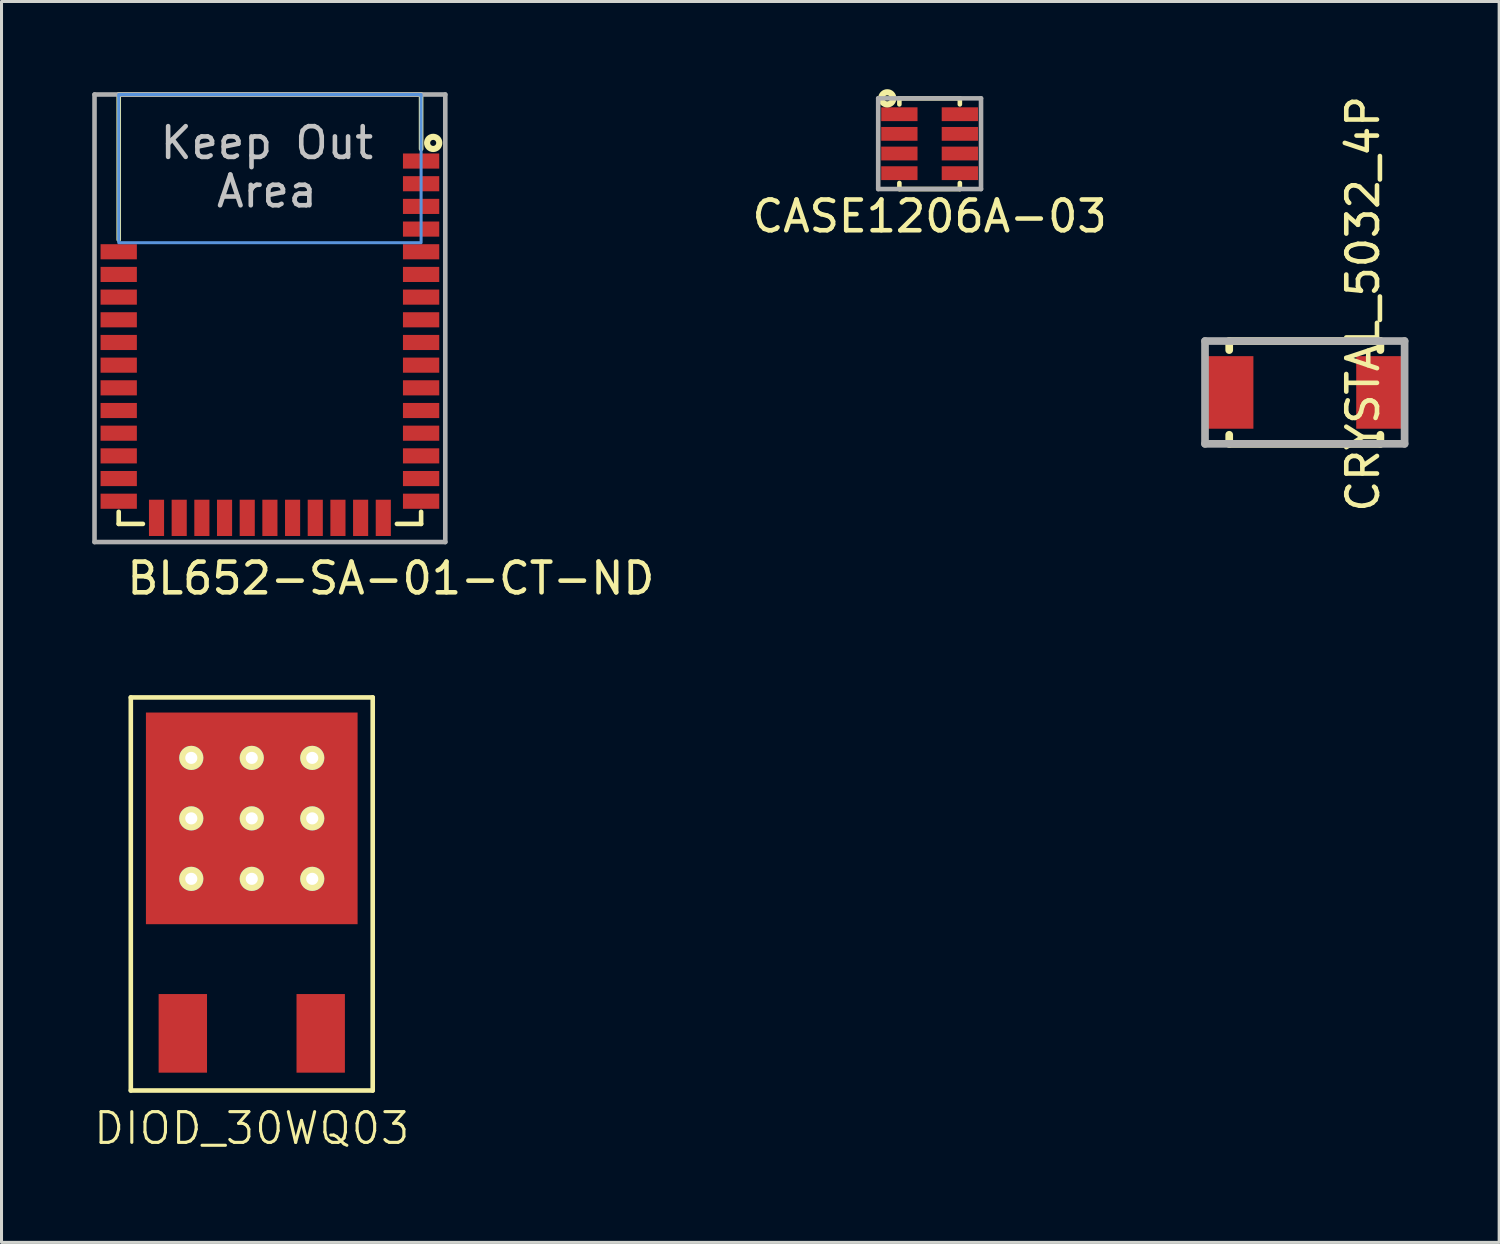
<source format=kicad_pcb>
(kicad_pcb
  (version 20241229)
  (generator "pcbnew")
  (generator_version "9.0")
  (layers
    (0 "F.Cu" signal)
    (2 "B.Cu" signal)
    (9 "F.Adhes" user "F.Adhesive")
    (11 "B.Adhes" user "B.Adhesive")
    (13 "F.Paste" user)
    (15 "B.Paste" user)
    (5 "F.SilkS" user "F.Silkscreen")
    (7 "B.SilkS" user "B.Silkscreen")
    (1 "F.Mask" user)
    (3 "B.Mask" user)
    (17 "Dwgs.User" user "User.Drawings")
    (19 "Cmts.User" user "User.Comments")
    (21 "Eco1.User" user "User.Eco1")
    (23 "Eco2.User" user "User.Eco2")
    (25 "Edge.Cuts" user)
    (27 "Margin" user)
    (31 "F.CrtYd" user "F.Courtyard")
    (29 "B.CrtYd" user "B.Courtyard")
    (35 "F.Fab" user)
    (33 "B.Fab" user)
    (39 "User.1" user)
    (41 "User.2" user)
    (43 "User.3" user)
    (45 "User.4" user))
  (footprint "BL652-SA-01-CT-ND"
    (layer "F.Cu")
    (at 10.876 2.276)
    (property "Reference" "BL652-SA-01-CT-ND" (at -1 13.8 0) (layer "F.SilkS") (effects (font (size 1.016 1.016) (thickness 0.152))))
    (attr through_hole)
    (fp_line (start -10 -2.2) (end 0 -2.2) (stroke (width 0.152) (type solid)) (layer "F.SilkS"))
    (fp_line (start -10 2.6) (end -10 -2.2) (stroke (width 0.152) (type solid)) (layer "F.SilkS"))
    (fp_line (start -10 11.6) (end -10 12) (stroke (width 0.152) (type solid)) (layer "F.SilkS"))
    (fp_line (start -10 12) (end -9.2 12) (stroke (width 0.152) (type solid)) (layer "F.SilkS"))
    (fp_line (start 0 -2.2) (end 0 -0.4) (stroke (width 0.152) (type solid)) (layer "F.SilkS"))
    (fp_line (start 0 11.6) (end 0 12) (stroke (width 0.152) (type solid)) (layer "F.SilkS"))
    (fp_line (start 0 12) (end -0.8 12) (stroke (width 0.152) (type solid)) (layer "F.SilkS"))
    (fp_circle (center 0.4 -0.6) (end 0.5 -0.6) (stroke (width 0.203) (type solid)) (fill no) (layer "F.SilkS"))
    (fp_poly (pts (xy 0 -2.2) (xy -10 -2.2) (xy -10 2.7) (xy 0 2.7)) (stroke (width 0.1) (type solid)) (fill no) (layer "Cmts.User"))
    (fp_line (start -10.8 -2.2) (end -10.8 12.6) (stroke (width 0.152) (type solid)) (layer "F.Fab"))
    (fp_line (start -10.8 12.6) (end 0.8 12.6) (stroke (width 0.152) (type solid)) (layer "F.Fab"))
    (fp_line (start 0.8 -2.2) (end -10.8 -2.2) (stroke (width 0.152) (type solid)) (layer "F.Fab"))
    (fp_line (start 0.8 12.6) (end 0.8 -2.2) (stroke (width 0.152) (type solid)) (layer "F.Fab"))
    (fp_text user "Keep Out" (at -5.1 -0.6 0) (layer "Dwgs.User") (effects (font (size 1.016 1.016) (thickness 0.152))))
    (fp_text user "Area" (at -5.1 1 0) (layer "Dwgs.User") (effects (font (size 1.016 1.016) (thickness 0.152))))
    (pad "1" smd rect (at 0 0) (size 1.2 0.5) (layers "F.Cu" "F.Mask" "F.Paste"))
    (pad "2" smd rect (at 0 0.75) (size 1.2 0.5) (layers "F.Cu" "F.Mask" "F.Paste"))
    (pad "3" smd rect (at 0 1.5) (size 1.2 0.5) (layers "F.Cu" "F.Mask" "F.Paste"))
    (pad "4" smd rect (at 0 2.25) (size 1.2 0.5) (layers "F.Cu" "F.Mask" "F.Paste"))
    (pad "5" smd rect (at 0 3) (size 1.2 0.5) (layers "F.Cu" "F.Mask" "F.Paste"))
    (pad "6" smd rect (at 0 3.75) (size 1.2 0.5) (layers "F.Cu" "F.Mask" "F.Paste"))
    (pad "7" smd rect (at 0 4.5) (size 1.2 0.5) (layers "F.Cu" "F.Mask" "F.Paste"))
    (pad "8" smd rect (at 0 5.25) (size 1.2 0.5) (layers "F.Cu" "F.Mask" "F.Paste"))
    (pad "9" smd rect (at 0 6) (size 1.2 0.5) (layers "F.Cu" "F.Mask" "F.Paste"))
    (pad "10" smd rect (at 0 6.75) (size 1.2 0.5) (layers "F.Cu" "F.Mask" "F.Paste"))
    (pad "11" smd rect (at 0 7.5) (size 1.2 0.5) (layers "F.Cu" "F.Mask" "F.Paste"))
    (pad "12" smd rect (at 0 8.25) (size 1.2 0.5) (layers "F.Cu" "F.Mask" "F.Paste"))
    (pad "13" smd rect (at 0 9) (size 1.2 0.5) (layers "F.Cu" "F.Mask" "F.Paste"))
    (pad "14" smd rect (at 0 9.75) (size 1.2 0.5) (layers "F.Cu" "F.Mask" "F.Paste"))
    (pad "15" smd rect (at 0 10.5) (size 1.2 0.5) (layers "F.Cu" "F.Mask" "F.Paste"))
    (pad "16" smd rect (at 0 11.25) (size 1.2 0.5) (layers "F.Cu" "F.Mask" "F.Paste"))
    (pad "17" smd rect (at -1.25 11.8 90) (size 1.2 0.5) (layers "F.Cu" "F.Mask" "F.Paste"))
    (pad "18" smd rect (at -2 11.8 90) (size 1.2 0.5) (layers "F.Cu" "F.Mask" "F.Paste"))
    (pad "19" smd rect (at -2.75 11.8 90) (size 1.2 0.5) (layers "F.Cu" "F.Mask" "F.Paste"))
    (pad "20" smd rect (at -3.5 11.8 90) (size 1.2 0.5) (layers "F.Cu" "F.Mask" "F.Paste"))
    (pad "21" smd rect (at -4.25 11.8 90) (size 1.2 0.5) (layers "F.Cu" "F.Mask" "F.Paste"))
    (pad "22" smd rect (at -5 11.8 90) (size 1.2 0.5) (layers "F.Cu" "F.Mask" "F.Paste"))
    (pad "23" smd rect (at -5.75 11.8 90) (size 1.2 0.5) (layers "F.Cu" "F.Mask" "F.Paste"))
    (pad "24" smd rect (at -6.5 11.8 90) (size 1.2 0.5) (layers "F.Cu" "F.Mask" "F.Paste"))
    (pad "25" smd rect (at -7.25 11.8 90) (size 1.2 0.5) (layers "F.Cu" "F.Mask" "F.Paste"))
    (pad "26" smd rect (at -8 11.8 90) (size 1.2 0.5) (layers "F.Cu" "F.Mask" "F.Paste"))
    (pad "27" smd rect (at -8.75 11.8 90) (size 1.2 0.5) (layers "F.Cu" "F.Mask" "F.Paste"))
    (pad "28" smd rect (at -10 11.25) (size 1.2 0.5) (layers "F.Cu" "F.Mask" "F.Paste"))
    (pad "29" smd rect (at -10 10.5) (size 1.2 0.5) (layers "F.Cu" "F.Mask" "F.Paste"))
    (pad "30" smd rect (at -10 9.75) (size 1.2 0.5) (layers "F.Cu" "F.Mask" "F.Paste"))
    (pad "31" smd rect (at -10 9) (size 1.2 0.5) (layers "F.Cu" "F.Mask" "F.Paste"))
    (pad "32" smd rect (at -10 8.25) (size 1.2 0.5) (layers "F.Cu" "F.Mask" "F.Paste"))
    (pad "33" smd rect (at -10 7.5) (size 1.2 0.5) (layers "F.Cu" "F.Mask" "F.Paste"))
    (pad "34" smd rect (at -10 6.75) (size 1.2 0.5) (layers "F.Cu" "F.Mask" "F.Paste"))
    (pad "35" smd rect (at -10 6) (size 1.2 0.5) (layers "F.Cu" "F.Mask" "F.Paste"))
    (pad "36" smd rect (at -10 5.25) (size 1.2 0.5) (layers "F.Cu" "F.Mask" "F.Paste"))
    (pad "37" smd rect (at -10 4.5) (size 1.2 0.5) (layers "F.Cu" "F.Mask" "F.Paste"))
    (pad "38" smd rect (at -10 3.75) (size 1.2 0.5) (layers "F.Cu" "F.Mask" "F.Paste"))
    (pad "39" smd rect (at -10 3) (size 1.2 0.5) (layers "F.Cu" "F.Mask" "F.Paste")))
  (footprint "CRYSTAL_5032_4P"
    (layer "F.Cu")
    (at 40.101 9.928)
    (property "Reference" "CRYSTAL_5032_4P" (at 1.925 -2.931 90) (layer "F.SilkS") (effects (font (size 1.016 1.016) (thickness 0.152))))
    (attr smd)
    (fp_line (start -2.5 -1.7) (end -2.5 -1.4) (stroke (width 0.254) (type solid)) (layer "F.SilkS"))
    (fp_line (start -2.5 1.7) (end -2.5 1.4) (stroke (width 0.254) (type solid)) (layer "F.SilkS"))
    (fp_line (start 2.5 -1.7) (end -2.5 -1.7) (stroke (width 0.254) (type solid)) (layer "F.SilkS"))
    (fp_line (start 2.5 -1.7) (end 2.5 -1.4) (stroke (width 0.254) (type solid)) (layer "F.SilkS"))
    (fp_line (start 2.5 1.7) (end -2.5 1.7) (stroke (width 0.254) (type solid)) (layer "F.SilkS"))
    (fp_line (start 2.5 1.7) (end 2.5 1.4) (stroke (width 0.254) (type solid)) (layer "F.SilkS"))
    (fp_line (start -3.3 -1.7) (end -3.3 1.7) (stroke (width 0.254) (type solid)) (layer "F.Fab"))
    (fp_line (start -3.3 1.7) (end 3.3 1.7) (stroke (width 0.254) (type solid)) (layer "F.Fab"))
    (fp_line (start 3.3 -1.7) (end -3.3 -1.7) (stroke (width 0.254) (type solid)) (layer "F.Fab"))
    (fp_line (start 3.3 1.7) (end 3.3 -1.7) (stroke (width 0.254) (type solid)) (layer "F.Fab"))
    (pad "1" smd rect (at -2.5 0) (size 1.6 2.4) (layers "F.Cu" "F.Mask" "F.Paste"))
    (pad "2" smd rect (at 2.5 0) (size 1.6 2.4) (layers "F.Cu" "F.Mask" "F.Paste")))
  (footprint "DIOD_30WQ03"
    (layer "F.Cu")
    (at 5.276 24.014)
    (property "Reference" "DIOD_30WQ03" (at 0 10.25 0) (layer "F.SilkS") (effects (font (size 1.016 1.016) (thickness 0.102))))
    (attr smd)
    (fp_line (start -4 -4) (end 4 -4) (stroke (width 0.152) (type solid)) (layer "F.SilkS"))
    (fp_line (start -4 9) (end -4 -4) (stroke (width 0.152) (type solid)) (layer "F.SilkS"))
    (fp_line (start 4 -4) (end 4 9) (stroke (width 0.152) (type solid)) (layer "F.SilkS"))
    (fp_line (start 4 9) (end -4 9) (stroke (width 0.152) (type solid)) (layer "F.SilkS"))
    (pad "1" smd rect (at -2.28 7.11) (size 1.6 2.6) (layers "F.Cu" "F.Mask" "F.Paste"))
    (pad "3" smd rect (at 2.28 7.11) (size 1.6 2.6) (layers "F.Cu" "F.Mask" "F.Paste"))
    (pad "4" smd rect (at 0 0) (size 7 7) (layers "F.Cu" "F.Mask" "F.Paste"))
    (pad "~" thru_hole circle (at -2 -2) (size 0.8 0.8) (drill 0.4) (layers "*.Cu" "*.Mask" "F.SilkS"))
    (pad "~" thru_hole circle (at -2 0) (size 0.8 0.8) (drill 0.4) (layers "*.Cu" "*.Mask" "F.SilkS"))
    (pad "~" thru_hole circle (at -2 2) (size 0.8 0.8) (drill 0.4) (layers "*.Cu" "*.Mask" "F.SilkS"))
    (pad "~" thru_hole circle (at 0 -2) (size 0.8 0.8) (drill 0.4) (layers "*.Cu" "*.Mask" "F.SilkS"))
    (pad "~" thru_hole circle (at 0 0) (size 0.8 0.8) (drill 0.4) (layers "*.Cu" "*.Mask" "F.SilkS"))
    (pad "~" thru_hole circle (at 0 2) (size 0.8 0.8) (drill 0.4) (layers "*.Cu" "*.Mask" "F.SilkS"))
    (pad "~" thru_hole circle (at 2 -2) (size 0.8 0.8) (drill 0.4) (layers "*.Cu" "*.Mask" "F.SilkS"))
    (pad "~" thru_hole circle (at 2 0) (size 0.8 0.8) (drill 0.4) (layers "*.Cu" "*.Mask" "F.SilkS"))
    (pad "~" thru_hole circle (at 2 2) (size 0.8 0.8) (drill 0.4) (layers "*.Cu" "*.Mask" "F.SilkS")))
  (footprint "CASE1206A-03"
    (layer "F.Cu")
    (at 27.693 1.702)
    (property "Reference" "CASE1206A-03" (at 0 2.4 0) (layer "F.SilkS") (effects (font (size 1.016 1.016) (thickness 0.152))))
    (attr smd)
    (fp_line (start -1 -1.5) (end -1 -1.3) (stroke (width 0.152) (type solid)) (layer "F.SilkS"))
    (fp_line (start -1 1.3) (end -1 1.5) (stroke (width 0.152) (type solid)) (layer "F.SilkS"))
    (fp_line (start -1 1.5) (end 1 1.5) (stroke (width 0.152) (type solid)) (layer "F.SilkS"))
    (fp_line (start 1 -1.5) (end -1 -1.5) (stroke (width 0.152) (type solid)) (layer "F.SilkS"))
    (fp_line (start 1 -1.5) (end 1 -1.3) (stroke (width 0.152) (type solid)) (layer "F.SilkS"))
    (fp_line (start 1 1.5) (end 1 1.3) (stroke (width 0.152) (type solid)) (layer "F.SilkS"))
    (fp_circle (center -1.4 -1.5) (end -1.3 -1.5) (stroke (width 0.203) (type solid)) (fill no) (layer "F.SilkS"))
    (fp_line (start -1.7 -1.5) (end 1.7 -1.5) (stroke (width 0.152) (type solid)) (layer "F.Fab"))
    (fp_line (start -1.7 1.5) (end -1.7 -1.5) (stroke (width 0.152) (type solid)) (layer "F.Fab"))
    (fp_line (start 1.7 -1.5) (end 1.7 1.5) (stroke (width 0.152) (type solid)) (layer "F.Fab"))
    (fp_line (start 1.7 1.5) (end -1.7 1.5) (stroke (width 0.152) (type solid)) (layer "F.Fab"))
    (pad "1" smd rect (at -1 -0.975) (size 1.2 0.457) (layers "F.Cu" "F.Mask" "F.Paste"))
    (pad "2" smd rect (at -1 -0.325) (size 1.2 0.457) (layers "F.Cu" "F.Mask" "F.Paste"))
    (pad "3" smd rect (at -1 0.325) (size 1.2 0.457) (layers "F.Cu" "F.Mask" "F.Paste"))
    (pad "4" smd rect (at -1 0.975) (size 1.2 0.457) (layers "F.Cu" "F.Mask" "F.Paste"))
    (pad "5" smd rect (at 1 0.975) (size 1.2 0.457) (layers "F.Cu" "F.Mask" "F.Paste"))
    (pad "6" smd rect (at 1 0.325) (size 1.2 0.457) (layers "F.Cu" "F.Mask" "F.Paste"))
    (pad "7" smd rect (at 1 -0.325) (size 1.2 0.457) (layers "F.Cu" "F.Mask" "F.Paste"))
    (pad "8" smd rect (at 1 -0.975) (size 1.2 0.457) (layers "F.Cu" "F.Mask" "F.Paste")))
  (gr_rect
    (start -3 -3)
    (end 46.528 38.037)
    (stroke (width 0.1) (type default))
    (fill no)
    (layer "Edge.Cuts")))
</source>
